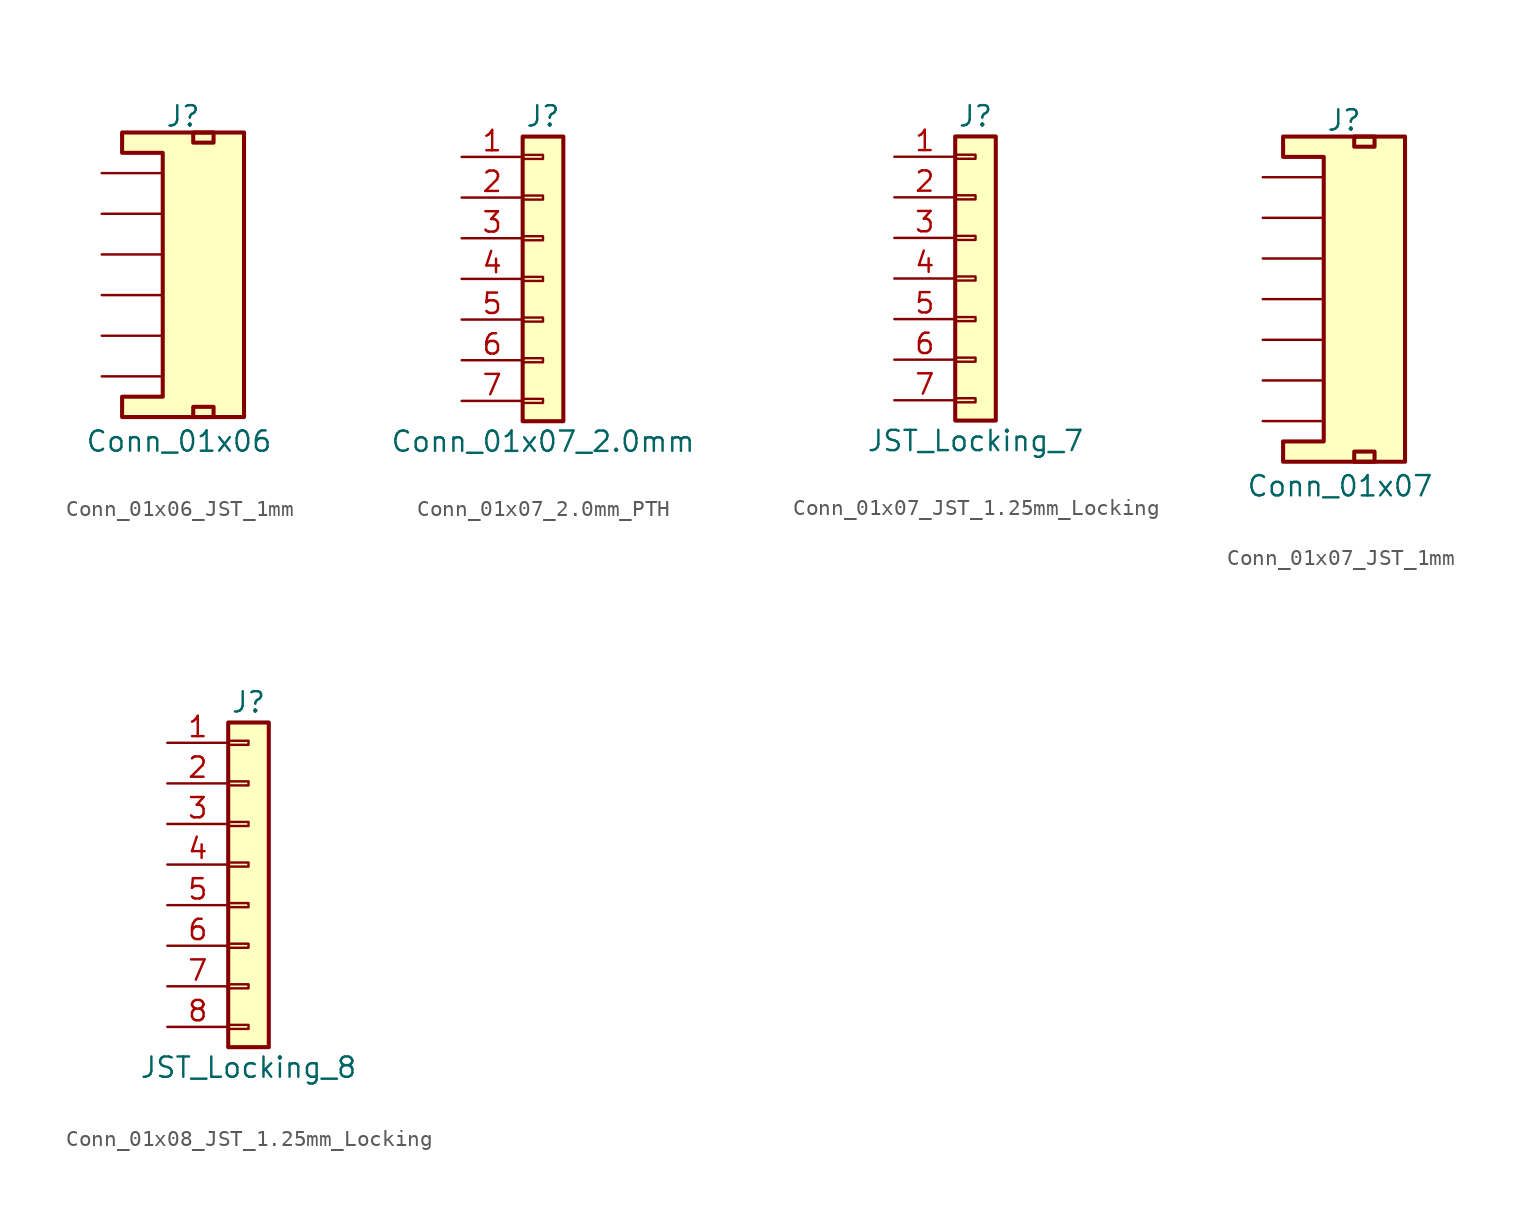
<source format=kicad_sym>
(kicad_symbol_lib
  (version 20231120)
  (generator "kicad_symbol_editor")
  (generator_version "8.0")
  (symbol "Conn_01x06_JST_1mm"
    (pin_numbers hide)
    (pin_names
      (offset 1.016) hide)
    (property "Reference" "J"
      (at 0 8.636 0)
      (effects (font (size 1.27 1.27))))
    (property "Value" "Conn_01x06"
      (at -0.254 -11.684 0)
      (effects (font (size 1.27 1.27))))
    (symbol "Conn_01x06_JST_1mm_1_1"
      (polyline (pts (xy -1.27 6.35) (xy -3.81 6.35) (xy -3.81 7.62) (xy 3.81 7.62) (xy 3.81 -10.16) (xy -3.81 -10.16) (xy -3.81 -8.89) (xy -1.27 -8.89) (xy -1.27 6.35)) (stroke (width 0.254) (type default)) (fill (type background)))
      (rectangle (start 0.635 -9.525) (end 1.905 -10.16) (stroke (width 0.254) (type default)) (fill (type none)))
      (rectangle (start 0.635 7.62) (end 1.905 6.985) (stroke (width 0.254) (type default)) (fill (type none)))
      (pin passive line (at -5.08 5.08 0) (length 3.81) (name "1" (effects (font (size 1.27 1.27)))) (number "1" (effects (font (size 1.27 1.27)))))
      (pin passive line (at -5.08 2.54 0) (length 3.81) (name "2" (effects (font (size 1.27 1.27)))) (number "2" (effects (font (size 1.27 1.27)))))
      (pin passive line (at -5.08 0 0) (length 3.81) (name "3" (effects (font (size 1.27 1.27)))) (number "3" (effects (font (size 1.27 1.27)))))
      (pin passive line (at -5.08 -2.54 0) (length 3.81) (name "4" (effects (font (size 1.27 1.27)))) (number "4" (effects (font (size 1.27 1.27)))))
      (pin passive line (at -5.08 -5.08 0) (length 3.81) (name "5" (effects (font (size 1.27 1.27)))) (number "5" (effects (font (size 1.27 1.27)))))
      (pin passive line (at -5.08 -7.62 0) (length 3.81) (name "6" (effects (font (size 1.27 1.27)))) (number "6" (effects (font (size 1.27 1.27)))))))
  (symbol "Conn_01x07_2.0mm_PTH"
    (pin_names
      (offset 1.016) hide)
    (property "Reference" "J"
      (at 0 10.16 0)
      (effects (font (size 1.27 1.27))))
    (property "Value" "Conn_01x07_2.0mm"
      (at 0 -10.16 0)
      (effects (font (size 1.27 1.27))))
    (symbol "Conn_01x07_2.0mm_PTH_1_1"
      (rectangle (start -1.27 -7.493) (end 0 -7.747) (stroke (width 0.152) (type default)) (fill (type none)))
      (rectangle (start -1.27 -4.953) (end 0 -5.207) (stroke (width 0.152) (type default)) (fill (type none)))
      (rectangle (start -1.27 -2.413) (end 0 -2.667) (stroke (width 0.152) (type default)) (fill (type none)))
      (rectangle (start -1.27 0.127) (end 0 -0.127) (stroke (width 0.152) (type default)) (fill (type none)))
      (rectangle (start -1.27 2.667) (end 0 2.413) (stroke (width 0.152) (type default)) (fill (type none)))
      (rectangle (start -1.27 5.207) (end 0 4.953) (stroke (width 0.152) (type default)) (fill (type none)))
      (rectangle (start -1.27 7.747) (end 0 7.493) (stroke (width 0.152) (type default)) (fill (type none)))
      (rectangle (start -1.27 8.89) (end 1.27 -8.89) (stroke (width 0.254) (type default)) (fill (type background)))
      (pin passive line (at -5.08 7.62 0) (length 3.81) (name "Pin_1" (effects (font (size 1.27 1.27)))) (number "1" (effects (font (size 1.27 1.27)))))
      (pin passive line (at -5.08 5.08 0) (length 3.81) (name "Pin_2" (effects (font (size 1.27 1.27)))) (number "2" (effects (font (size 1.27 1.27)))))
      (pin passive line (at -5.08 2.54 0) (length 3.81) (name "Pin_3" (effects (font (size 1.27 1.27)))) (number "3" (effects (font (size 1.27 1.27)))))
      (pin passive line (at -5.08 0 0) (length 3.81) (name "Pin_4" (effects (font (size 1.27 1.27)))) (number "4" (effects (font (size 1.27 1.27)))))
      (pin passive line (at -5.08 -2.54 0) (length 3.81) (name "Pin_5" (effects (font (size 1.27 1.27)))) (number "5" (effects (font (size 1.27 1.27)))))
      (pin passive line (at -5.08 -5.08 0) (length 3.81) (name "Pin_6" (effects (font (size 1.27 1.27)))) (number "6" (effects (font (size 1.27 1.27)))))
      (pin passive line (at -5.08 -7.62 0) (length 3.81) (name "Pin_7" (effects (font (size 1.27 1.27)))) (number "7" (effects (font (size 1.27 1.27)))))))
  (symbol "Conn_01x07_JST_1.25mm_Locking"
    (pin_names
      (offset 1.016) hide)
    (property "Reference" "J"
      (at 0 10.16 0)
      (effects (font (size 1.27 1.27))))
    (property "Value" "JST_Locking_7"
      (at 0 -10.16 0)
      (effects (font (size 1.27 1.27))))
    (symbol "Conn_01x07_JST_1.25mm_Locking_1_1"
      (rectangle (start -1.27 -7.493) (end 0 -7.747) (stroke (width 0.152) (type default)) (fill (type none)))
      (rectangle (start -1.27 -4.953) (end 0 -5.207) (stroke (width 0.152) (type default)) (fill (type none)))
      (rectangle (start -1.27 -2.413) (end 0 -2.667) (stroke (width 0.152) (type default)) (fill (type none)))
      (rectangle (start -1.27 0.127) (end 0 -0.127) (stroke (width 0.152) (type default)) (fill (type none)))
      (rectangle (start -1.27 2.667) (end 0 2.413) (stroke (width 0.152) (type default)) (fill (type none)))
      (rectangle (start -1.27 5.207) (end 0 4.953) (stroke (width 0.152) (type default)) (fill (type none)))
      (rectangle (start -1.27 7.747) (end 0 7.493) (stroke (width 0.152) (type default)) (fill (type none)))
      (rectangle (start -1.27 8.89) (end 1.27 -8.89) (stroke (width 0.254) (type default)) (fill (type background)))
      (pin passive line (at -5.08 7.62 0) (length 3.81) (name "Pin_1" (effects (font (size 1.27 1.27)))) (number "1" (effects (font (size 1.27 1.27)))))
      (pin passive line (at -5.08 5.08 0) (length 3.81) (name "Pin_2" (effects (font (size 1.27 1.27)))) (number "2" (effects (font (size 1.27 1.27)))))
      (pin passive line (at -5.08 2.54 0) (length 3.81) (name "Pin_3" (effects (font (size 1.27 1.27)))) (number "3" (effects (font (size 1.27 1.27)))))
      (pin passive line (at -5.08 0 0) (length 3.81) (name "Pin_4" (effects (font (size 1.27 1.27)))) (number "4" (effects (font (size 1.27 1.27)))))
      (pin passive line (at -5.08 -2.54 0) (length 3.81) (name "Pin_5" (effects (font (size 1.27 1.27)))) (number "5" (effects (font (size 1.27 1.27)))))
      (pin passive line (at -5.08 -5.08 0) (length 3.81) (name "Pin_6" (effects (font (size 1.27 1.27)))) (number "6" (effects (font (size 1.27 1.27)))))
      (pin passive line (at -5.08 -7.62 0) (length 3.81) (name "Pin_7" (effects (font (size 1.27 1.27)))) (number "7" (effects (font (size 1.27 1.27)))))
      (pin no_connect line (at 6.35 -8.89 90) (length 5.08) hide (name "NC" (effects (font (size 1.27 1.27)))) (number "NC1" (effects (font (size 1.27 1.27)))))
      (pin no_connect line (at 3.81 -8.89 90) (length 5.08) hide (name "NC" (effects (font (size 1.27 1.27)))) (number "NC2" (effects (font (size 1.27 1.27)))))))
  (symbol "Conn_01x07_JST_1mm"
    (pin_numbers hide)
    (pin_names
      (offset 1.016) hide)
    (property "Reference" "J"
      (at 0 11.176 0)
      (effects (font (size 1.27 1.27))))
    (property "Value" "Conn_01x07"
      (at -0.254 -11.684 0)
      (effects (font (size 1.27 1.27))))
    (symbol "Conn_01x07_JST_1mm_1_1"
      (polyline (pts (xy -1.27 8.89) (xy -3.81 8.89) (xy -3.81 10.16) (xy 3.81 10.16) (xy 3.81 -10.16) (xy -3.81 -10.16) (xy -3.81 -8.89) (xy -1.27 -8.89) (xy -1.27 8.89)) (stroke (width 0.254) (type default)) (fill (type background)))
      (rectangle (start 0.635 -9.525) (end 1.905 -10.16) (stroke (width 0.254) (type default)) (fill (type none)))
      (rectangle (start 0.635 10.16) (end 1.905 9.525) (stroke (width 0.254) (type default)) (fill (type none)))
      (pin passive line (at -5.08 7.62 0) (length 3.81) (name "1" (effects (font (size 1.27 1.27)))) (number "1" (effects (font (size 1.27 1.27)))))
      (pin passive line (at -5.08 5.08 0) (length 3.81) (name "2" (effects (font (size 1.27 1.27)))) (number "2" (effects (font (size 1.27 1.27)))))
      (pin passive line (at -5.08 2.54 0) (length 3.81) (name "3" (effects (font (size 1.27 1.27)))) (number "3" (effects (font (size 1.27 1.27)))))
      (pin passive line (at -5.08 0 0) (length 3.81) (name "4" (effects (font (size 1.27 1.27)))) (number "4" (effects (font (size 1.27 1.27)))))
      (pin passive line (at -5.08 -2.54 0) (length 3.81) (name "5" (effects (font (size 1.27 1.27)))) (number "5" (effects (font (size 1.27 1.27)))))
      (pin passive line (at -5.08 -5.08 0) (length 3.81) (name "6" (effects (font (size 1.27 1.27)))) (number "6" (effects (font (size 1.27 1.27)))))
      (pin passive line (at -5.08 -7.62 0) (length 3.81) (name "7" (effects (font (size 1.27 1.27)))) (number "7" (effects (font (size 1.27 1.27)))))))
  (symbol "Conn_01x08_JST_1.25mm_Locking"
    (pin_names
      (offset 1.016) hide)
    (property "Reference" "J"
      (at 0 10.16 0)
      (effects (font (size 1.27 1.27))))
    (property "Value" "JST_Locking_8"
      (at 0 -12.7 0)
      (effects (font (size 1.27 1.27))))
    (symbol "Conn_01x08_JST_1.25mm_Locking_1_1"
      (rectangle (start -1.27 -10.033) (end 0 -10.287) (stroke (width 0.152) (type default)) (fill (type none)))
      (rectangle (start -1.27 -7.493) (end 0 -7.747) (stroke (width 0.152) (type default)) (fill (type none)))
      (rectangle (start -1.27 -4.953) (end 0 -5.207) (stroke (width 0.152) (type default)) (fill (type none)))
      (rectangle (start -1.27 -2.413) (end 0 -2.667) (stroke (width 0.152) (type default)) (fill (type none)))
      (rectangle (start -1.27 0.127) (end 0 -0.127) (stroke (width 0.152) (type default)) (fill (type none)))
      (rectangle (start -1.27 2.667) (end 0 2.413) (stroke (width 0.152) (type default)) (fill (type none)))
      (rectangle (start -1.27 5.207) (end 0 4.953) (stroke (width 0.152) (type default)) (fill (type none)))
      (rectangle (start -1.27 7.747) (end 0 7.493) (stroke (width 0.152) (type default)) (fill (type none)))
      (rectangle (start -1.27 8.89) (end 1.27 -11.43) (stroke (width 0.254) (type default)) (fill (type background)))
      (pin passive line (at -5.08 7.62 0) (length 3.81) (name "Pin_1" (effects (font (size 1.27 1.27)))) (number "1" (effects (font (size 1.27 1.27)))))
      (pin passive line (at -5.08 5.08 0) (length 3.81) (name "Pin_2" (effects (font (size 1.27 1.27)))) (number "2" (effects (font (size 1.27 1.27)))))
      (pin passive line (at -5.08 2.54 0) (length 3.81) (name "Pin_3" (effects (font (size 1.27 1.27)))) (number "3" (effects (font (size 1.27 1.27)))))
      (pin passive line (at -5.08 0 0) (length 3.81) (name "Pin_4" (effects (font (size 1.27 1.27)))) (number "4" (effects (font (size 1.27 1.27)))))
      (pin passive line (at -5.08 -2.54 0) (length 3.81) (name "Pin_5" (effects (font (size 1.27 1.27)))) (number "5" (effects (font (size 1.27 1.27)))))
      (pin passive line (at -5.08 -5.08 0) (length 3.81) (name "Pin_6" (effects (font (size 1.27 1.27)))) (number "6" (effects (font (size 1.27 1.27)))))
      (pin passive line (at -5.08 -7.62 0) (length 3.81) (name "Pin_7" (effects (font (size 1.27 1.27)))) (number "7" (effects (font (size 1.27 1.27)))))
      (pin passive line (at -5.08 -10.16 0) (length 3.81) (name "Pin_8" (effects (font (size 1.27 1.27)))) (number "8" (effects (font (size 1.27 1.27)))))
      (pin no_connect line (at 6.35 -11.43 90) (length 5.08) hide (name "NC" (effects (font (size 1.27 1.27)))) (number "NC1" (effects (font (size 1.27 1.27)))))
      (pin no_connect line (at 3.81 -11.43 90) (length 5.08) hide (name "NC" (effects (font (size 1.27 1.27)))) (number "NC2" (effects (font (size 1.27 1.27))))))))
</source>
